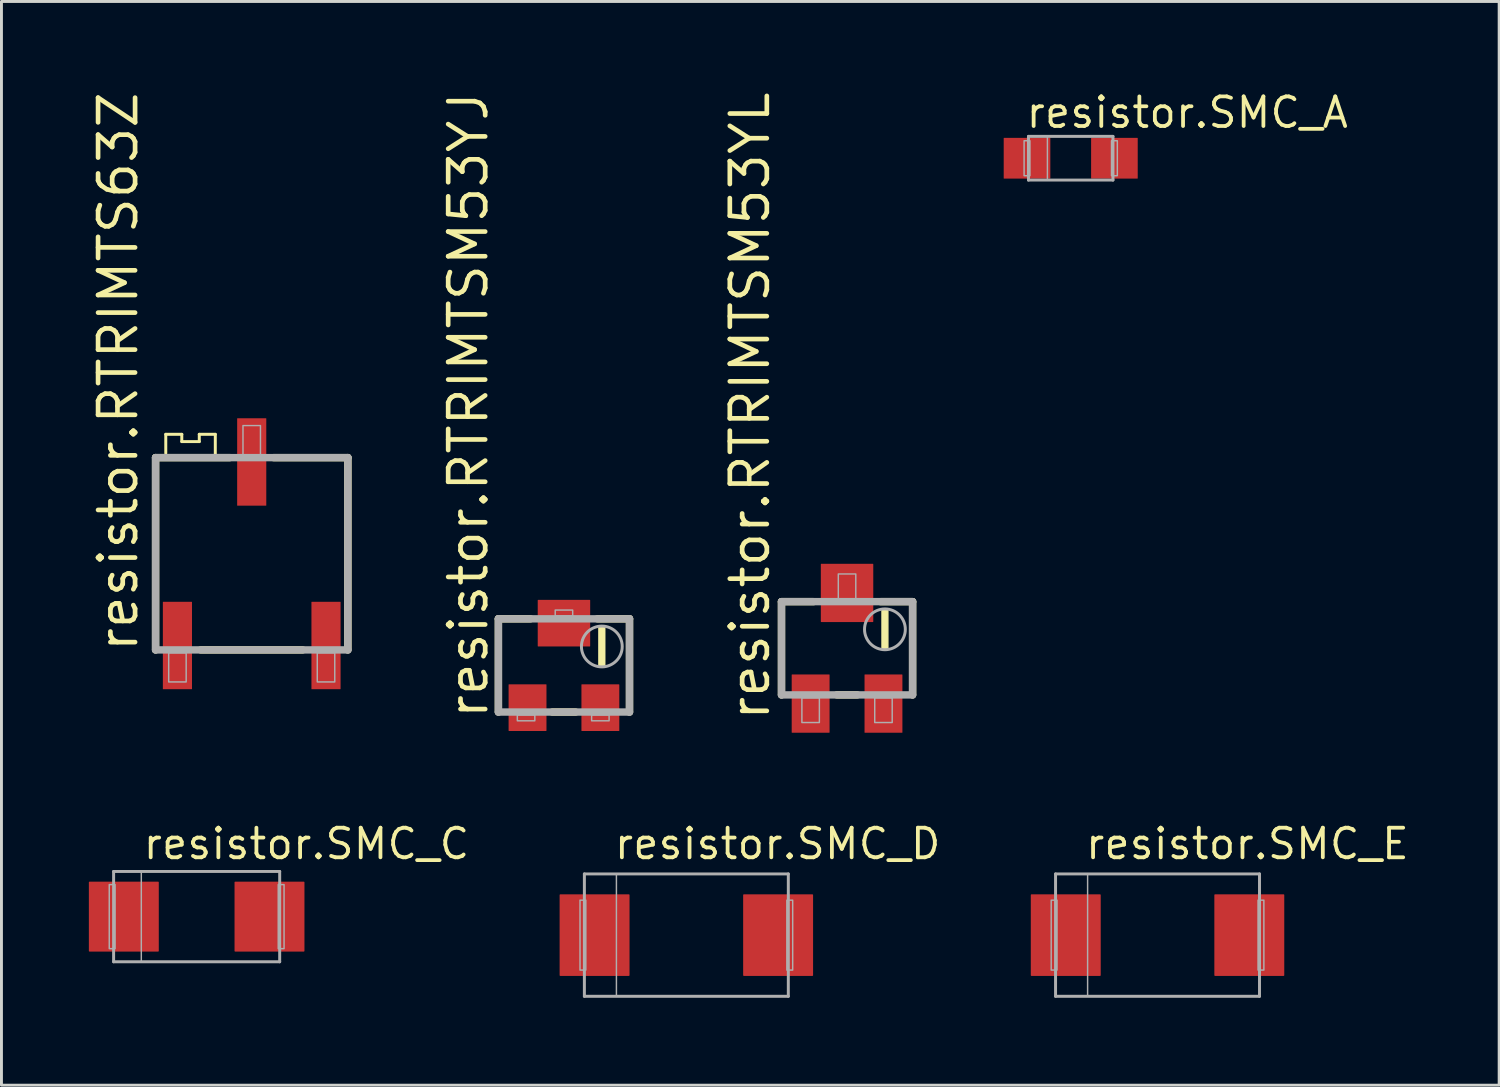
<source format=kicad_pcb>
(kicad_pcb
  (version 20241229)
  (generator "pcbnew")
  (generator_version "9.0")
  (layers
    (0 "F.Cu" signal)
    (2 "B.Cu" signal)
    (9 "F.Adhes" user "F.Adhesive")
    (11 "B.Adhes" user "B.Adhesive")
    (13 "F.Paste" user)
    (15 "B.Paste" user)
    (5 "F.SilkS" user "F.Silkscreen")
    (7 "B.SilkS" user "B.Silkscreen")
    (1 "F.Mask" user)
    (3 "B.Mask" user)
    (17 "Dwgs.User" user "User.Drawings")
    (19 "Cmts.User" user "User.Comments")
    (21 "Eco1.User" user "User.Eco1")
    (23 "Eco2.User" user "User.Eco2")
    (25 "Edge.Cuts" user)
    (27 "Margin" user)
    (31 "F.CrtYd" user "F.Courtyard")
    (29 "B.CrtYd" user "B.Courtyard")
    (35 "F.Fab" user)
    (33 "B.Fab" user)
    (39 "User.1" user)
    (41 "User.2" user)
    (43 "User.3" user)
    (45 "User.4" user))
  (footprint "resistor.SMC_E"
    (layer "F.Cu")
    (at 36.681 29.047)
    (property "Reference" "resistor.SMC_E" (at -2.54 -2.54 0) (layer "F.SilkS") (effects (font (size 1.016 1.016) (thickness 0.13)) (justify left bottom)))
    (attr smd)
    (fp_line (start -3.5 -2.1) (end 3.5 -2.1) (stroke (width 0.102) (type default)) (layer "F.Fab"))
    (fp_line (start -3.5 2.1) (end -3.5 -2.1) (stroke (width 0.102) (type default)) (layer "F.Fab"))
    (fp_line (start 3.5 -2.1) (end 3.5 2.1) (stroke (width 0.102) (type default)) (layer "F.Fab"))
    (fp_line (start 3.5 2.1) (end -3.5 2.1) (stroke (width 0.102) (type default)) (layer "F.Fab"))
    (fp_rect (start -3.65 1.2) (end -3.45 -1.2) (stroke (width 0.05) (type default)) (fill no) (layer "F.Fab"))
    (fp_rect (start -3.5 2.1) (end -2.4 -2.1) (stroke (width 0.05) (type default)) (fill no) (layer "F.Fab"))
    (fp_rect (start 3.45 1.2) (end 3.65 -1.2) (stroke (width 0.05) (type default)) (fill no) (layer "F.Fab"))
    (pad "+" smd roundrect (at -3.15 0) (size 2.4 2.8) (layers "F.Cu" "F.Mask" "F.Paste") (roundrect_rratio 0.01))
    (pad "-" smd roundrect (at 3.15 0 180) (size 2.4 2.8) (layers "F.Cu" "F.Mask" "F.Paste") (roundrect_rratio 0.01)))
  (footprint "resistor.RTRIMTS63Z"
    (layer "F.Cu")
    (at 5.59 15.957)
    (property "Reference" "resistor.RTRIMTS63Z" (at -3.84 3.44 90) (layer "F.SilkS") (effects (font (size 1.27 1.27) (thickness 0.16)) (justify left bottom)))
    (attr smd)
    (fp_line (start -3.3 -3.3) (end -3.3 3.3) (stroke (width 0.254) (type default)) (layer "F.SilkS"))
    (fp_line (start -2.95 -4.1) (end -2.4 -4.1) (stroke (width 0.102) (type default)) (layer "F.SilkS"))
    (fp_line (start -2.95 -3.45) (end -2.95 -4.1) (stroke (width 0.102) (type default)) (layer "F.SilkS"))
    (fp_line (start -2.4 -4.1) (end -2.4 -3.85) (stroke (width 0.102) (type default)) (layer "F.SilkS"))
    (fp_line (start -2.4 -3.85) (end -1.8 -3.85) (stroke (width 0.102) (type default)) (layer "F.SilkS"))
    (fp_line (start -1.8 -4.1) (end -1.25 -4.1) (stroke (width 0.102) (type default)) (layer "F.SilkS"))
    (fp_line (start -1.8 -3.85) (end -1.8 -4.1) (stroke (width 0.102) (type default)) (layer "F.SilkS"))
    (fp_line (start -1.75 3.3) (end 1.75 3.3) (stroke (width 0.254) (type default)) (layer "F.SilkS"))
    (fp_line (start -1.25 -4.1) (end -1.25 -3.4) (stroke (width 0.102) (type default)) (layer "F.SilkS"))
    (fp_line (start -0.75 -3.3) (end -3.3 -3.3) (stroke (width 0.254) (type default)) (layer "F.SilkS"))
    (fp_line (start 3.3 -3.3) (end 0.75 -3.3) (stroke (width 0.254) (type default)) (layer "F.SilkS"))
    (fp_line (start 3.3 3.3) (end 3.3 -3.3) (stroke (width 0.254) (type default)) (layer "F.SilkS"))
    (fp_line (start -3.3 -3.3) (end -3.3 3.3) (stroke (width 0.254) (type default)) (layer "F.Fab"))
    (fp_line (start -3.3 3.3) (end 3.3 3.3) (stroke (width 0.254) (type default)) (layer "F.Fab"))
    (fp_line (start 3.3 -3.3) (end -3.3 -3.3) (stroke (width 0.254) (type default)) (layer "F.Fab"))
    (fp_line (start 3.3 3.3) (end 3.3 -3.3) (stroke (width 0.254) (type default)) (layer "F.Fab"))
    (fp_rect (start -2.85 4.4) (end -2.25 3.4) (stroke (width 0.05) (type default)) (fill no) (layer "F.Fab"))
    (fp_rect (start -0.3 -3.4) (end 0.3 -4.4) (stroke (width 0.05) (type default)) (fill no) (layer "F.Fab"))
    (fp_rect (start 2.25 4.4) (end 2.85 3.4) (stroke (width 0.05) (type default)) (fill no) (layer "F.Fab"))
    (pad "1" smd roundrect (at -2.55 3.15) (size 1 3) (layers "F.Cu" "F.Mask" "F.Paste") (roundrect_rratio 0.01))
    (pad "2" smd roundrect (at 0 -3.15) (size 1 3) (layers "F.Cu" "F.Mask" "F.Paste") (roundrect_rratio 0.01))
    (pad "3" smd roundrect (at 2.55 3.15) (size 1 3) (layers "F.Cu" "F.Mask" "F.Paste") (roundrect_rratio 0.01)))
  (footprint "resistor.RTRIMTSM53YJ"
    (layer "F.Cu")
    (at 16.307 19.79)
    (property "Reference" "resistor.RTRIMTSM53YJ" (at -2.54 1.905 90) (layer "F.SilkS") (effects (font (size 1.27 1.27) (thickness 0.16)) (justify left bottom)))
    (attr smd)
    (fp_line (start -2.25 -1.6) (end -1.15 -1.6) (stroke (width 0.254) (type default)) (layer "F.SilkS"))
    (fp_line (start -2.25 1.6) (end -2.25 -1.6) (stroke (width 0.254) (type default)) (layer "F.SilkS"))
    (fp_line (start -0.4 1.6) (end 0.4 1.6) (stroke (width 0.254) (type default)) (layer "F.SilkS"))
    (fp_line (start 2.25 -1.6) (end 1.15 -1.6) (stroke (width 0.254) (type default)) (layer "F.SilkS"))
    (fp_line (start 2.25 1.6) (end 2.25 -1.6) (stroke (width 0.254) (type default)) (layer "F.SilkS"))
    (fp_rect (start 1.2 0) (end 1.4 -1.3) (stroke (width 0.05) (type default)) (fill yes) (layer "F.SilkS"))
    (fp_line (start -2.25 -1.6) (end -2.25 1.6) (stroke (width 0.254) (type default)) (layer "F.Fab"))
    (fp_line (start -2.25 1.6) (end 2.25 1.6) (stroke (width 0.254) (type default)) (layer "F.Fab"))
    (fp_line (start 2.25 -1.6) (end -2.25 -1.6) (stroke (width 0.254) (type default)) (layer "F.Fab"))
    (fp_line (start 2.25 1.6) (end 2.25 -1.6) (stroke (width 0.254) (type default)) (layer "F.Fab"))
    (fp_rect (start -1.6 1.9) (end -1 1.7) (stroke (width 0.05) (type default)) (fill no) (layer "F.Fab"))
    (fp_rect (start -0.3 -1.7) (end 0.3 -1.9) (stroke (width 0.05) (type default)) (fill no) (layer "F.Fab"))
    (fp_rect (start 0.95 1.9) (end 1.55 1.7) (stroke (width 0.05) (type default)) (fill no) (layer "F.Fab"))
    (fp_circle (center 1.3 -0.65) (end 2 -0.65) (stroke (width 0.102) (type default)) (fill no) (layer "F.Fab"))
    (pad "1" smd roundrect (at -1.25 1.45) (size 1.3 1.6) (layers "F.Cu" "F.Mask" "F.Paste") (roundrect_rratio 0.01))
    (pad "2" smd roundrect (at 0 -1.45) (size 1.8 1.6) (layers "F.Cu" "F.Mask" "F.Paste") (roundrect_rratio 0.01))
    (pad "3" smd roundrect (at 1.25 1.45) (size 1.3 1.6) (layers "F.Cu" "F.Mask" "F.Paste") (roundrect_rratio 0.01)))
  (footprint "resistor.SMC_D"
    (layer "F.Cu")
    (at 20.508 29.047)
    (property "Reference" "resistor.SMC_D" (at -2.54 -2.54 0) (layer "F.SilkS") (effects (font (size 1.016 1.016) (thickness 0.13)) (justify left bottom)))
    (attr smd)
    (fp_line (start -3.5 -2.1) (end 3.5 -2.1) (stroke (width 0.102) (type default)) (layer "F.Fab"))
    (fp_line (start -3.5 2.1) (end -3.5 -2.1) (stroke (width 0.102) (type default)) (layer "F.Fab"))
    (fp_line (start 3.5 -2.1) (end 3.5 2.1) (stroke (width 0.102) (type default)) (layer "F.Fab"))
    (fp_line (start 3.5 2.1) (end -3.5 2.1) (stroke (width 0.102) (type default)) (layer "F.Fab"))
    (fp_rect (start -3.65 1.2) (end -3.45 -1.2) (stroke (width 0.05) (type default)) (fill no) (layer "F.Fab"))
    (fp_rect (start -3.5 2.1) (end -2.4 -2.1) (stroke (width 0.05) (type default)) (fill no) (layer "F.Fab"))
    (fp_rect (start 3.45 1.2) (end 3.65 -1.2) (stroke (width 0.05) (type default)) (fill no) (layer "F.Fab"))
    (pad "+" smd roundrect (at -3.15 0) (size 2.4 2.8) (layers "F.Cu" "F.Mask" "F.Paste") (roundrect_rratio 0.01))
    (pad "-" smd roundrect (at 3.15 0 180) (size 2.4 2.8) (layers "F.Cu" "F.Mask" "F.Paste") (roundrect_rratio 0.01)))
  (footprint "resistor.RTRIMTSM53YL"
    (layer "F.Cu")
    (at 26.024 19.201)
    (property "Reference" "resistor.RTRIMTSM53YL" (at -2.59 2.555 90) (layer "F.SilkS") (effects (font (size 1.27 1.27) (thickness 0.16)) (justify left bottom)))
    (attr smd)
    (fp_line (start -2.25 -1.6) (end -1.15 -1.6) (stroke (width 0.254) (type default)) (layer "F.SilkS"))
    (fp_line (start -2.25 1.6) (end -2.25 -1.6) (stroke (width 0.254) (type default)) (layer "F.SilkS"))
    (fp_line (start -0.35 1.6) (end 0.35 1.6) (stroke (width 0.254) (type default)) (layer "F.SilkS"))
    (fp_line (start 2.25 -1.6) (end 1.15 -1.6) (stroke (width 0.254) (type default)) (layer "F.SilkS"))
    (fp_line (start 2.25 1.6) (end 2.25 -1.6) (stroke (width 0.254) (type default)) (layer "F.SilkS"))
    (fp_rect (start 1.2 0) (end 1.4 -1.3) (stroke (width 0.05) (type default)) (fill yes) (layer "F.SilkS"))
    (fp_line (start -2.25 -1.6) (end -2.25 1.6) (stroke (width 0.254) (type default)) (layer "F.Fab"))
    (fp_line (start -2.25 1.6) (end 2.25 1.6) (stroke (width 0.254) (type default)) (layer "F.Fab"))
    (fp_line (start 2.25 -1.6) (end -2.25 -1.6) (stroke (width 0.254) (type default)) (layer "F.Fab"))
    (fp_line (start 2.25 1.6) (end 2.25 -1.6) (stroke (width 0.254) (type default)) (layer "F.Fab"))
    (fp_rect (start -1.55 2.55) (end -0.95 1.7) (stroke (width 0.05) (type default)) (fill no) (layer "F.Fab"))
    (fp_rect (start -0.3 -1.7) (end 0.3 -2.55) (stroke (width 0.05) (type default)) (fill no) (layer "F.Fab"))
    (fp_rect (start 0.95 2.55) (end 1.55 1.7) (stroke (width 0.05) (type default)) (fill no) (layer "F.Fab"))
    (fp_circle (center 1.3 -0.65) (end 2 -0.65) (stroke (width 0.102) (type default)) (fill no) (layer "F.Fab"))
    (pad "1" smd roundrect (at -1.25 1.9) (size 1.3 2) (layers "F.Cu" "F.Mask" "F.Paste") (roundrect_rratio 0.01))
    (pad "2" smd roundrect (at 0 -1.9) (size 1.8 2) (layers "F.Cu" "F.Mask" "F.Paste") (roundrect_rratio 0.01))
    (pad "3" smd roundrect (at 1.25 1.9) (size 1.3 2) (layers "F.Cu" "F.Mask" "F.Paste") (roundrect_rratio 0.01)))
  (footprint "resistor.SMC_A"
    (layer "F.Cu")
    (at 33.701 2.381)
    (property "Reference" "resistor.SMC_A" (at -1.6 -0.975 0) (layer "F.SilkS") (effects (font (size 1.016 1.016) (thickness 0.13)) (justify left bottom)))
    (attr smd)
    (fp_line (start -1.45 -0.75) (end 1.45 -0.75) (stroke (width 0.102) (type default)) (layer "F.Fab"))
    (fp_line (start -1.45 0.75) (end -1.45 -0.75) (stroke (width 0.102) (type default)) (layer "F.Fab"))
    (fp_line (start 1.45 -0.75) (end 1.45 0.75) (stroke (width 0.102) (type default)) (layer "F.Fab"))
    (fp_line (start 1.45 0.75) (end -1.45 0.75) (stroke (width 0.102) (type default)) (layer "F.Fab"))
    (fp_rect (start -1.6 0.6) (end -1.4 -0.6) (stroke (width 0.05) (type default)) (fill no) (layer "F.Fab"))
    (fp_rect (start -1.45 0.75) (end -0.8 -0.75) (stroke (width 0.05) (type default)) (fill no) (layer "F.Fab"))
    (fp_rect (start 1.4 0.6) (end 1.6 -0.6) (stroke (width 0.05) (type default)) (fill no) (layer "F.Fab"))
    (pad "+" smd roundrect (at -1.5 0) (size 1.6 1.4) (layers "F.Cu" "F.Mask" "F.Paste") (roundrect_rratio 0.01))
    (pad "-" smd roundrect (at 1.5 0 180) (size 1.6 1.4) (layers "F.Cu" "F.Mask" "F.Paste") (roundrect_rratio 0.01)))
  (footprint "resistor.SMC_C"
    (layer "F.Cu")
    (at 3.7 28.412)
    (property "Reference" "resistor.SMC_C" (at -1.905 -1.905 0) (layer "F.SilkS") (effects (font (size 1.016 1.016) (thickness 0.13)) (justify left bottom)))
    (attr smd)
    (fp_line (start -2.85 -1.55) (end 2.85 -1.55) (stroke (width 0.102) (type default)) (layer "F.Fab"))
    (fp_line (start -2.85 1.55) (end -2.85 -1.55) (stroke (width 0.102) (type default)) (layer "F.Fab"))
    (fp_line (start 2.85 -1.55) (end 2.85 1.55) (stroke (width 0.102) (type default)) (layer "F.Fab"))
    (fp_line (start 2.85 1.55) (end -2.85 1.55) (stroke (width 0.102) (type default)) (layer "F.Fab"))
    (fp_rect (start -3 1.1) (end -2.8 -1.1) (stroke (width 0.05) (type default)) (fill no) (layer "F.Fab"))
    (fp_rect (start -2.85 1.55) (end -1.9 -1.55) (stroke (width 0.05) (type default)) (fill no) (layer "F.Fab"))
    (fp_rect (start 2.8 1.1) (end 3 -1.1) (stroke (width 0.05) (type default)) (fill no) (layer "F.Fab"))
    (pad "+" smd roundrect (at -2.5 0) (size 2.4 2.4) (layers "F.Cu" "F.Mask" "F.Paste") (roundrect_rratio 0.01))
    (pad "-" smd roundrect (at 2.5 0 180) (size 2.4 2.4) (layers "F.Cu" "F.Mask" "F.Paste") (roundrect_rratio 0.01)))
  (gr_rect
    (start -3 -3)
    (end 48.407 34.197)
    (stroke (width 0.1) (type default))
    (fill no)
    (layer "Edge.Cuts")))
</source>
